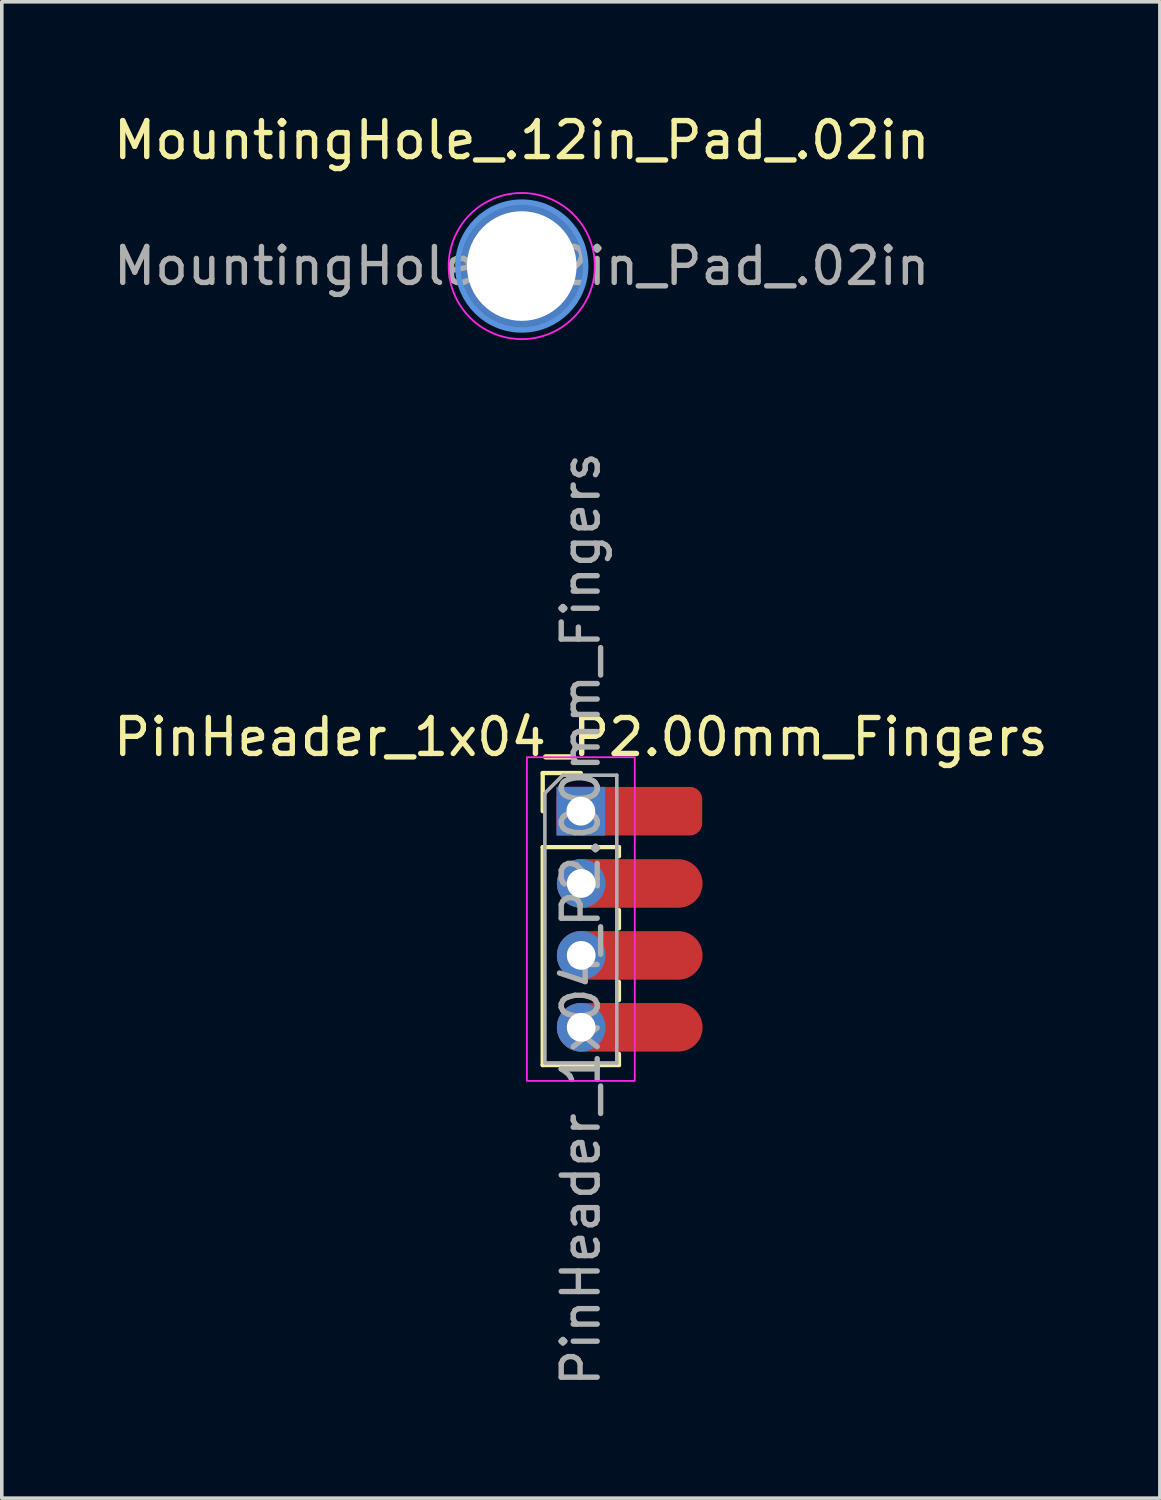
<source format=kicad_pcb>
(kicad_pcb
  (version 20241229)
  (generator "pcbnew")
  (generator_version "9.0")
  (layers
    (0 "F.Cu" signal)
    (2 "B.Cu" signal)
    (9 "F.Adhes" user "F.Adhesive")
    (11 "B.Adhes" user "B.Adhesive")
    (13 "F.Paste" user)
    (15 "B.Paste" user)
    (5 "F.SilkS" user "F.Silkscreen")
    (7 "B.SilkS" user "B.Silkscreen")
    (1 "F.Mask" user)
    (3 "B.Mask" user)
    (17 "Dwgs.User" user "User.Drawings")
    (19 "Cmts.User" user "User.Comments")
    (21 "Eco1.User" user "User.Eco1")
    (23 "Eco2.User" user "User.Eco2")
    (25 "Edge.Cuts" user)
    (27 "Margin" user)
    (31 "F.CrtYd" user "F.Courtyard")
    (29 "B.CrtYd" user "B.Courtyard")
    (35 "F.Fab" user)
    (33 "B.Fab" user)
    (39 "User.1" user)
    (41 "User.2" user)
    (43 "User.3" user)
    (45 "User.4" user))
  (footprint "MountingHole_.12in_Pad_.02in"
    (layer "F.Cu")
    (at 11.458 4.348)
    (property "Reference" "MountingHole_.12in_Pad_.02in" (at 0 -3.5 0) (layer "F.SilkS") (effects (font (size 1 1) (thickness 0.15))))
    (attr exclude_from_pos_files exclude_from_bom)
    (fp_circle (center 0 0) (end 1.778 0) (stroke (width 0.15) (type solid)) (fill no) (layer "Cmts.User"))
    (fp_circle (center 0 0) (end 2.032 0) (stroke (width 0.05) (type solid)) (fill no) (layer "F.CrtYd"))
    (fp_text user "${REFERENCE}" (at 0 0 0) (layer "F.Fab") (effects (font (size 1 1) (thickness 0.15))))
    (pad "1" thru_hole circle (at 0 0) (size 3.556 3.556) (drill 3.048) (layers "*.Cu" "*.Mask")))
  (footprint "PinHeader_1x04_P2.00mm_Fingers"
    (layer "F.Cu")
    (at 13.101 19.506)
    (property "Reference" "PinHeader_1x04_P2.00mm_Fingers" (at 0 -2.06 0) (layer "F.SilkS") (effects (font (size 1 1) (thickness 0.15))))
    (attr through_hole)
    (fp_line (start -1.06 -1.06) (end 0 -1.06) (stroke (width 0.12) (type solid)) (layer "F.SilkS"))
    (fp_line (start -1.06 0) (end -1.06 -1.06) (stroke (width 0.12) (type solid)) (layer "F.SilkS"))
    (fp_line (start -1.06 1) (end -1.06 7.06) (stroke (width 0.12) (type solid)) (layer "F.SilkS"))
    (fp_line (start -1.06 1) (end 1.06 1) (stroke (width 0.12) (type solid)) (layer "F.SilkS"))
    (fp_line (start -1.06 7.06) (end 1.06 7.06) (stroke (width 0.12) (type solid)) (layer "F.SilkS"))
    (fp_line (start 1.06 1) (end 1.06 1.254) (stroke (width 0.12) (type solid)) (layer "F.SilkS"))
    (fp_line (start 1.06 2.75) (end 1.06 3.258) (stroke (width 0.12) (type solid)) (layer "F.SilkS"))
    (fp_line (start 1.06 4.746) (end 1.06 5.254) (stroke (width 0.12) (type solid)) (layer "F.SilkS"))
    (fp_line (start 1.06 6.748) (end 1.06 7.057) (stroke (width 0.12) (type solid)) (layer "F.SilkS"))
    (fp_rect (start -1.5 -1.5) (end 1.5 7.5) (stroke (width 0.05) (type solid)) (fill no) (layer "F.CrtYd"))
    (fp_line (start -1 -0.5) (end -0.5 -1) (stroke (width 0.1) (type solid)) (layer "F.Fab"))
    (fp_line (start -1 7) (end -1 -0.5) (stroke (width 0.1) (type solid)) (layer "F.Fab"))
    (fp_line (start -0.5 -1) (end 1 -1) (stroke (width 0.1) (type solid)) (layer "F.Fab"))
    (fp_line (start 1 -1) (end 1 7) (stroke (width 0.1) (type solid)) (layer "F.Fab"))
    (fp_line (start 1 7) (end -1 7) (stroke (width 0.1) (type solid)) (layer "F.Fab"))
    (fp_text user "${REFERENCE}" (at 0 3 90) (layer "F.Fab") (effects (font (size 1 1) (thickness 0.15))))
    (pad "1" thru_hole rect (at 0 0) (size 1.35 1.35) (drill 0.8) (layers "*.Cu" "*.Mask"))
    (pad "1" smd roundrect (at 0 0) (size 4.05 1.35) (drill (offset 1.35 0)) (layers "F.Cu" "F.Mask" "F.Paste") (roundrect_rratio 0.25))
    (pad "2" thru_hole oval (at 0.01 2.01) (size 1.35 1.35) (drill 0.8) (layers "*.Cu" "*.Mask"))
    (pad "2" smd oval (at 0.01 2.01) (size 4.05 1.35) (drill (offset 1.35 0)) (layers "F.Cu" "F.Mask" "F.Paste"))
    (pad "3" thru_hole oval (at 0.01 4.01) (size 1.35 1.35) (drill 0.8) (layers "*.Cu" "*.Mask"))
    (pad "3" smd oval (at 0.01 4.01) (size 4.05 1.35) (drill (offset 1.35 0)) (layers "F.Cu" "F.Mask" "F.Paste"))
    (pad "4" thru_hole oval (at 0.01 6.01) (size 1.35 1.35) (drill 0.8) (layers "*.Cu" "*.Mask"))
    (pad "4" smd oval (at 0.01 6.01) (size 4.05 1.35) (drill (offset 1.35 0)) (layers "F.Cu" "F.Mask" "F.Paste")))
  (gr_rect
    (start -3 -3)
    (end 29.202 38.608)
    (stroke (width 0.1) (type default))
    (fill no)
    (layer "Edge.Cuts")))
</source>
